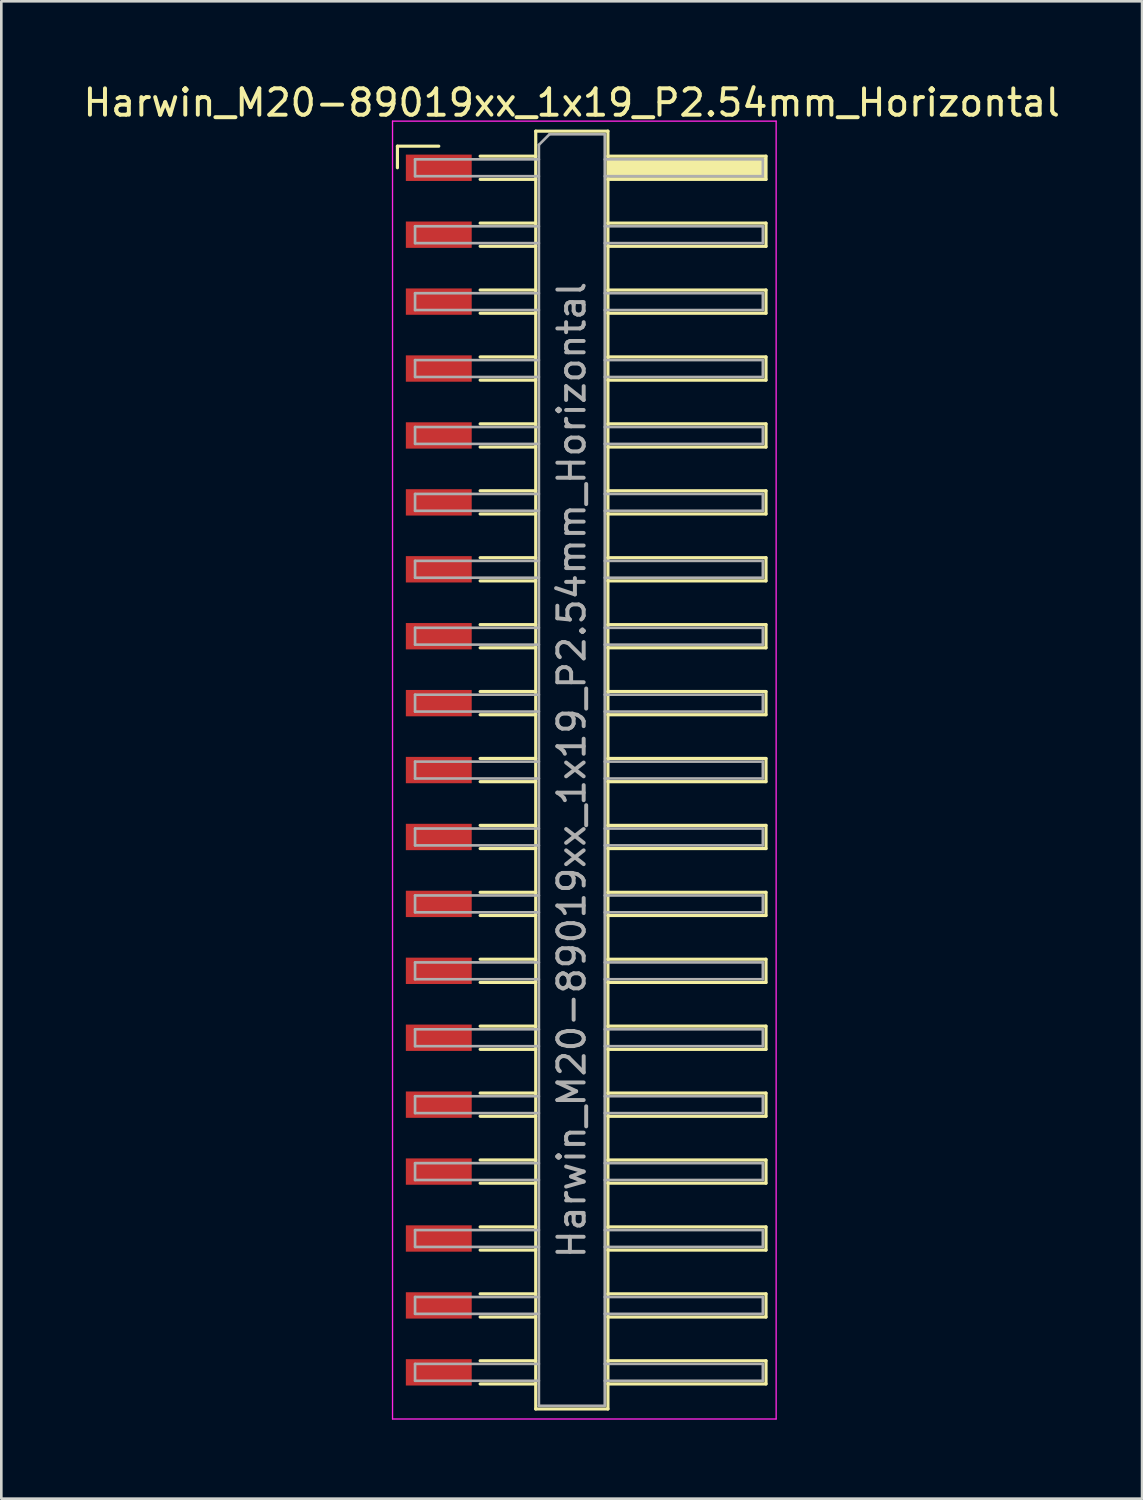
<source format=kicad_pcb>
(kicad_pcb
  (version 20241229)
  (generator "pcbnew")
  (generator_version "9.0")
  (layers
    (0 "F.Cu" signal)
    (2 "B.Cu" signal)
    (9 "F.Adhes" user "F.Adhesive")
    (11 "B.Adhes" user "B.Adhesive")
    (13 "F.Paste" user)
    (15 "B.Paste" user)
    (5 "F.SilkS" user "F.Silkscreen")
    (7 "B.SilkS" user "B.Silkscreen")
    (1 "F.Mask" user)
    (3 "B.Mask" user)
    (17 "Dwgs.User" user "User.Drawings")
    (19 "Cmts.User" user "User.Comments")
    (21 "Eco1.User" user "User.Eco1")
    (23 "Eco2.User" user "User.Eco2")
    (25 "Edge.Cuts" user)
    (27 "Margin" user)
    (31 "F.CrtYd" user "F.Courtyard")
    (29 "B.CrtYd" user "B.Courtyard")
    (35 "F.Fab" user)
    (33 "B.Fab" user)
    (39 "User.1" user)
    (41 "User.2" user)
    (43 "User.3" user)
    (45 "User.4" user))
  (footprint "Harwin_M20-89019xx_1x19_P2.54mm_Horizontal"
    (layer "F.Cu")
    (at 19.129 26.178)
    (property "Reference" "Harwin_M20-89019xx_1x19_P2.54mm_Horizontal" (at -0.48 -25.33 0) (layer "F.SilkS") (effects (font (size 1 1) (thickness 0.15))))
    (attr smd)
    (fp_line (start -7.095 -23.68) (end -5.525 -23.68) (stroke (width 0.12) (type solid)) (layer "F.SilkS"))
    (fp_line (start -7.095 -22.86) (end -7.095 -23.68) (stroke (width 0.12) (type solid)) (layer "F.SilkS"))
    (fp_line (start -3.955 -23.3) (end -1.845 -23.3) (stroke (width 0.12) (type solid)) (layer "F.SilkS"))
    (fp_line (start -3.955 -22.42) (end -1.845 -22.42) (stroke (width 0.12) (type solid)) (layer "F.SilkS"))
    (fp_line (start -3.955 -20.76) (end -1.845 -20.76) (stroke (width 0.12) (type solid)) (layer "F.SilkS"))
    (fp_line (start -3.955 -19.88) (end -1.845 -19.88) (stroke (width 0.12) (type solid)) (layer "F.SilkS"))
    (fp_line (start -3.955 -18.22) (end -1.845 -18.22) (stroke (width 0.12) (type solid)) (layer "F.SilkS"))
    (fp_line (start -3.955 -17.34) (end -1.845 -17.34) (stroke (width 0.12) (type solid)) (layer "F.SilkS"))
    (fp_line (start -3.955 -15.68) (end -1.845 -15.68) (stroke (width 0.12) (type solid)) (layer "F.SilkS"))
    (fp_line (start -3.955 -14.8) (end -1.845 -14.8) (stroke (width 0.12) (type solid)) (layer "F.SilkS"))
    (fp_line (start -3.955 -13.14) (end -1.845 -13.14) (stroke (width 0.12) (type solid)) (layer "F.SilkS"))
    (fp_line (start -3.955 -12.26) (end -1.845 -12.26) (stroke (width 0.12) (type solid)) (layer "F.SilkS"))
    (fp_line (start -3.955 -10.6) (end -1.845 -10.6) (stroke (width 0.12) (type solid)) (layer "F.SilkS"))
    (fp_line (start -3.955 -9.72) (end -1.845 -9.72) (stroke (width 0.12) (type solid)) (layer "F.SilkS"))
    (fp_line (start -3.955 -8.06) (end -1.845 -8.06) (stroke (width 0.12) (type solid)) (layer "F.SilkS"))
    (fp_line (start -3.955 -7.18) (end -1.845 -7.18) (stroke (width 0.12) (type solid)) (layer "F.SilkS"))
    (fp_line (start -3.955 -5.52) (end -1.845 -5.52) (stroke (width 0.12) (type solid)) (layer "F.SilkS"))
    (fp_line (start -3.955 -4.64) (end -1.845 -4.64) (stroke (width 0.12) (type solid)) (layer "F.SilkS"))
    (fp_line (start -3.955 -2.98) (end -1.845 -2.98) (stroke (width 0.12) (type solid)) (layer "F.SilkS"))
    (fp_line (start -3.955 -2.1) (end -1.845 -2.1) (stroke (width 0.12) (type solid)) (layer "F.SilkS"))
    (fp_line (start -3.955 -0.44) (end -1.845 -0.44) (stroke (width 0.12) (type solid)) (layer "F.SilkS"))
    (fp_line (start -3.955 0.44) (end -1.845 0.44) (stroke (width 0.12) (type solid)) (layer "F.SilkS"))
    (fp_line (start -3.955 2.1) (end -1.845 2.1) (stroke (width 0.12) (type solid)) (layer "F.SilkS"))
    (fp_line (start -3.955 2.98) (end -1.845 2.98) (stroke (width 0.12) (type solid)) (layer "F.SilkS"))
    (fp_line (start -3.955 4.64) (end -1.845 4.64) (stroke (width 0.12) (type solid)) (layer "F.SilkS"))
    (fp_line (start -3.955 5.52) (end -1.845 5.52) (stroke (width 0.12) (type solid)) (layer "F.SilkS"))
    (fp_line (start -3.955 7.18) (end -1.845 7.18) (stroke (width 0.12) (type solid)) (layer "F.SilkS"))
    (fp_line (start -3.955 8.06) (end -1.845 8.06) (stroke (width 0.12) (type solid)) (layer "F.SilkS"))
    (fp_line (start -3.955 9.72) (end -1.845 9.72) (stroke (width 0.12) (type solid)) (layer "F.SilkS"))
    (fp_line (start -3.955 10.6) (end -1.845 10.6) (stroke (width 0.12) (type solid)) (layer "F.SilkS"))
    (fp_line (start -3.955 12.26) (end -1.845 12.26) (stroke (width 0.12) (type solid)) (layer "F.SilkS"))
    (fp_line (start -3.955 13.14) (end -1.845 13.14) (stroke (width 0.12) (type solid)) (layer "F.SilkS"))
    (fp_line (start -3.955 14.8) (end -1.845 14.8) (stroke (width 0.12) (type solid)) (layer "F.SilkS"))
    (fp_line (start -3.955 15.68) (end -1.845 15.68) (stroke (width 0.12) (type solid)) (layer "F.SilkS"))
    (fp_line (start -3.955 17.34) (end -1.845 17.34) (stroke (width 0.12) (type solid)) (layer "F.SilkS"))
    (fp_line (start -3.955 18.22) (end -1.845 18.22) (stroke (width 0.12) (type solid)) (layer "F.SilkS"))
    (fp_line (start -3.955 19.88) (end -1.845 19.88) (stroke (width 0.12) (type solid)) (layer "F.SilkS"))
    (fp_line (start -3.955 20.76) (end -1.845 20.76) (stroke (width 0.12) (type solid)) (layer "F.SilkS"))
    (fp_line (start -3.955 22.42) (end -1.845 22.42) (stroke (width 0.12) (type solid)) (layer "F.SilkS"))
    (fp_line (start -3.955 23.3) (end -1.845 23.3) (stroke (width 0.12) (type solid)) (layer "F.SilkS"))
    (fp_line (start -1.845 -24.25) (end 0.895 -24.25) (stroke (width 0.12) (type solid)) (layer "F.SilkS"))
    (fp_line (start -1.845 24.25) (end -1.845 -24.25) (stroke (width 0.12) (type solid)) (layer "F.SilkS"))
    (fp_line (start 0.895 -24.25) (end 0.895 24.25) (stroke (width 0.12) (type solid)) (layer "F.SilkS"))
    (fp_line (start 0.895 -23.3) (end 6.895 -23.3) (stroke (width 0.12) (type solid)) (layer "F.SilkS"))
    (fp_line (start 0.895 -20.76) (end 6.895 -20.76) (stroke (width 0.12) (type solid)) (layer "F.SilkS"))
    (fp_line (start 0.895 -18.22) (end 6.895 -18.22) (stroke (width 0.12) (type solid)) (layer "F.SilkS"))
    (fp_line (start 0.895 -15.68) (end 6.895 -15.68) (stroke (width 0.12) (type solid)) (layer "F.SilkS"))
    (fp_line (start 0.895 -13.14) (end 6.895 -13.14) (stroke (width 0.12) (type solid)) (layer "F.SilkS"))
    (fp_line (start 0.895 -10.6) (end 6.895 -10.6) (stroke (width 0.12) (type solid)) (layer "F.SilkS"))
    (fp_line (start 0.895 -8.06) (end 6.895 -8.06) (stroke (width 0.12) (type solid)) (layer "F.SilkS"))
    (fp_line (start 0.895 -5.52) (end 6.895 -5.52) (stroke (width 0.12) (type solid)) (layer "F.SilkS"))
    (fp_line (start 0.895 -2.98) (end 6.895 -2.98) (stroke (width 0.12) (type solid)) (layer "F.SilkS"))
    (fp_line (start 0.895 -0.44) (end 6.895 -0.44) (stroke (width 0.12) (type solid)) (layer "F.SilkS"))
    (fp_line (start 0.895 2.1) (end 6.895 2.1) (stroke (width 0.12) (type solid)) (layer "F.SilkS"))
    (fp_line (start 0.895 4.64) (end 6.895 4.64) (stroke (width 0.12) (type solid)) (layer "F.SilkS"))
    (fp_line (start 0.895 7.18) (end 6.895 7.18) (stroke (width 0.12) (type solid)) (layer "F.SilkS"))
    (fp_line (start 0.895 9.72) (end 6.895 9.72) (stroke (width 0.12) (type solid)) (layer "F.SilkS"))
    (fp_line (start 0.895 12.26) (end 6.895 12.26) (stroke (width 0.12) (type solid)) (layer "F.SilkS"))
    (fp_line (start 0.895 14.8) (end 6.895 14.8) (stroke (width 0.12) (type solid)) (layer "F.SilkS"))
    (fp_line (start 0.895 17.34) (end 6.895 17.34) (stroke (width 0.12) (type solid)) (layer "F.SilkS"))
    (fp_line (start 0.895 19.88) (end 6.895 19.88) (stroke (width 0.12) (type solid)) (layer "F.SilkS"))
    (fp_line (start 0.895 22.42) (end 6.895 22.42) (stroke (width 0.12) (type solid)) (layer "F.SilkS"))
    (fp_line (start 0.895 24.25) (end -1.845 24.25) (stroke (width 0.12) (type solid)) (layer "F.SilkS"))
    (fp_line (start 6.895 -23.3) (end 6.895 -22.42) (stroke (width 0.12) (type solid)) (layer "F.SilkS"))
    (fp_line (start 6.895 -22.42) (end 0.895 -22.42) (stroke (width 0.12) (type solid)) (layer "F.SilkS"))
    (fp_line (start 6.895 -20.76) (end 6.895 -19.88) (stroke (width 0.12) (type solid)) (layer "F.SilkS"))
    (fp_line (start 6.895 -19.88) (end 0.895 -19.88) (stroke (width 0.12) (type solid)) (layer "F.SilkS"))
    (fp_line (start 6.895 -18.22) (end 6.895 -17.34) (stroke (width 0.12) (type solid)) (layer "F.SilkS"))
    (fp_line (start 6.895 -17.34) (end 0.895 -17.34) (stroke (width 0.12) (type solid)) (layer "F.SilkS"))
    (fp_line (start 6.895 -15.68) (end 6.895 -14.8) (stroke (width 0.12) (type solid)) (layer "F.SilkS"))
    (fp_line (start 6.895 -14.8) (end 0.895 -14.8) (stroke (width 0.12) (type solid)) (layer "F.SilkS"))
    (fp_line (start 6.895 -13.14) (end 6.895 -12.26) (stroke (width 0.12) (type solid)) (layer "F.SilkS"))
    (fp_line (start 6.895 -12.26) (end 0.895 -12.26) (stroke (width 0.12) (type solid)) (layer "F.SilkS"))
    (fp_line (start 6.895 -10.6) (end 6.895 -9.72) (stroke (width 0.12) (type solid)) (layer "F.SilkS"))
    (fp_line (start 6.895 -9.72) (end 0.895 -9.72) (stroke (width 0.12) (type solid)) (layer "F.SilkS"))
    (fp_line (start 6.895 -8.06) (end 6.895 -7.18) (stroke (width 0.12) (type solid)) (layer "F.SilkS"))
    (fp_line (start 6.895 -7.18) (end 0.895 -7.18) (stroke (width 0.12) (type solid)) (layer "F.SilkS"))
    (fp_line (start 6.895 -5.52) (end 6.895 -4.64) (stroke (width 0.12) (type solid)) (layer "F.SilkS"))
    (fp_line (start 6.895 -4.64) (end 0.895 -4.64) (stroke (width 0.12) (type solid)) (layer "F.SilkS"))
    (fp_line (start 6.895 -2.98) (end 6.895 -2.1) (stroke (width 0.12) (type solid)) (layer "F.SilkS"))
    (fp_line (start 6.895 -2.1) (end 0.895 -2.1) (stroke (width 0.12) (type solid)) (layer "F.SilkS"))
    (fp_line (start 6.895 -0.44) (end 6.895 0.44) (stroke (width 0.12) (type solid)) (layer "F.SilkS"))
    (fp_line (start 6.895 0.44) (end 0.895 0.44) (stroke (width 0.12) (type solid)) (layer "F.SilkS"))
    (fp_line (start 6.895 2.1) (end 6.895 2.98) (stroke (width 0.12) (type solid)) (layer "F.SilkS"))
    (fp_line (start 6.895 2.98) (end 0.895 2.98) (stroke (width 0.12) (type solid)) (layer "F.SilkS"))
    (fp_line (start 6.895 4.64) (end 6.895 5.52) (stroke (width 0.12) (type solid)) (layer "F.SilkS"))
    (fp_line (start 6.895 5.52) (end 0.895 5.52) (stroke (width 0.12) (type solid)) (layer "F.SilkS"))
    (fp_line (start 6.895 7.18) (end 6.895 8.06) (stroke (width 0.12) (type solid)) (layer "F.SilkS"))
    (fp_line (start 6.895 8.06) (end 0.895 8.06) (stroke (width 0.12) (type solid)) (layer "F.SilkS"))
    (fp_line (start 6.895 9.72) (end 6.895 10.6) (stroke (width 0.12) (type solid)) (layer "F.SilkS"))
    (fp_line (start 6.895 10.6) (end 0.895 10.6) (stroke (width 0.12) (type solid)) (layer "F.SilkS"))
    (fp_line (start 6.895 12.26) (end 6.895 13.14) (stroke (width 0.12) (type solid)) (layer "F.SilkS"))
    (fp_line (start 6.895 13.14) (end 0.895 13.14) (stroke (width 0.12) (type solid)) (layer "F.SilkS"))
    (fp_line (start 6.895 14.8) (end 6.895 15.68) (stroke (width 0.12) (type solid)) (layer "F.SilkS"))
    (fp_line (start 6.895 15.68) (end 0.895 15.68) (stroke (width 0.12) (type solid)) (layer "F.SilkS"))
    (fp_line (start 6.895 17.34) (end 6.895 18.22) (stroke (width 0.12) (type solid)) (layer "F.SilkS"))
    (fp_line (start 6.895 18.22) (end 0.895 18.22) (stroke (width 0.12) (type solid)) (layer "F.SilkS"))
    (fp_line (start 6.895 19.88) (end 6.895 20.76) (stroke (width 0.12) (type solid)) (layer "F.SilkS"))
    (fp_line (start 6.895 20.76) (end 0.895 20.76) (stroke (width 0.12) (type solid)) (layer "F.SilkS"))
    (fp_line (start 6.895 22.42) (end 6.895 23.3) (stroke (width 0.12) (type solid)) (layer "F.SilkS"))
    (fp_line (start 6.895 23.3) (end 0.895 23.3) (stroke (width 0.12) (type solid)) (layer "F.SilkS"))
    (fp_line (start -7.28 -24.63) (end 7.28 -24.63) (stroke (width 0.05) (type solid)) (layer "F.CrtYd"))
    (fp_line (start -7.28 24.63) (end -7.28 -24.63) (stroke (width 0.05) (type solid)) (layer "F.CrtYd"))
    (fp_line (start 7.28 -24.63) (end 7.28 24.63) (stroke (width 0.05) (type solid)) (layer "F.CrtYd"))
    (fp_line (start 7.28 24.63) (end -7.28 24.63) (stroke (width 0.05) (type solid)) (layer "F.CrtYd"))
    (fp_line (start -6.425 -23.18) (end -6.425 -22.54) (stroke (width 0.1) (type solid)) (layer "F.Fab"))
    (fp_line (start -6.425 -22.54) (end -1.725 -22.54) (stroke (width 0.1) (type solid)) (layer "F.Fab"))
    (fp_line (start -6.425 -20.64) (end -6.425 -20) (stroke (width 0.1) (type solid)) (layer "F.Fab"))
    (fp_line (start -6.425 -20) (end -1.725 -20) (stroke (width 0.1) (type solid)) (layer "F.Fab"))
    (fp_line (start -6.425 -18.1) (end -6.425 -17.46) (stroke (width 0.1) (type solid)) (layer "F.Fab"))
    (fp_line (start -6.425 -17.46) (end -1.725 -17.46) (stroke (width 0.1) (type solid)) (layer "F.Fab"))
    (fp_line (start -6.425 -15.56) (end -6.425 -14.92) (stroke (width 0.1) (type solid)) (layer "F.Fab"))
    (fp_line (start -6.425 -14.92) (end -1.725 -14.92) (stroke (width 0.1) (type solid)) (layer "F.Fab"))
    (fp_line (start -6.425 -13.02) (end -6.425 -12.38) (stroke (width 0.1) (type solid)) (layer "F.Fab"))
    (fp_line (start -6.425 -12.38) (end -1.725 -12.38) (stroke (width 0.1) (type solid)) (layer "F.Fab"))
    (fp_line (start -6.425 -10.48) (end -6.425 -9.84) (stroke (width 0.1) (type solid)) (layer "F.Fab"))
    (fp_line (start -6.425 -9.84) (end -1.725 -9.84) (stroke (width 0.1) (type solid)) (layer "F.Fab"))
    (fp_line (start -6.425 -7.94) (end -6.425 -7.3) (stroke (width 0.1) (type solid)) (layer "F.Fab"))
    (fp_line (start -6.425 -7.3) (end -1.725 -7.3) (stroke (width 0.1) (type solid)) (layer "F.Fab"))
    (fp_line (start -6.425 -5.4) (end -6.425 -4.76) (stroke (width 0.1) (type solid)) (layer "F.Fab"))
    (fp_line (start -6.425 -4.76) (end -1.725 -4.76) (stroke (width 0.1) (type solid)) (layer "F.Fab"))
    (fp_line (start -6.425 -2.86) (end -6.425 -2.22) (stroke (width 0.1) (type solid)) (layer "F.Fab"))
    (fp_line (start -6.425 -2.22) (end -1.725 -2.22) (stroke (width 0.1) (type solid)) (layer "F.Fab"))
    (fp_line (start -6.425 -0.32) (end -6.425 0.32) (stroke (width 0.1) (type solid)) (layer "F.Fab"))
    (fp_line (start -6.425 0.32) (end -1.725 0.32) (stroke (width 0.1) (type solid)) (layer "F.Fab"))
    (fp_line (start -6.425 2.22) (end -6.425 2.86) (stroke (width 0.1) (type solid)) (layer "F.Fab"))
    (fp_line (start -6.425 2.86) (end -1.725 2.86) (stroke (width 0.1) (type solid)) (layer "F.Fab"))
    (fp_line (start -6.425 4.76) (end -6.425 5.4) (stroke (width 0.1) (type solid)) (layer "F.Fab"))
    (fp_line (start -6.425 5.4) (end -1.725 5.4) (stroke (width 0.1) (type solid)) (layer "F.Fab"))
    (fp_line (start -6.425 7.3) (end -6.425 7.94) (stroke (width 0.1) (type solid)) (layer "F.Fab"))
    (fp_line (start -6.425 7.94) (end -1.725 7.94) (stroke (width 0.1) (type solid)) (layer "F.Fab"))
    (fp_line (start -6.425 9.84) (end -6.425 10.48) (stroke (width 0.1) (type solid)) (layer "F.Fab"))
    (fp_line (start -6.425 10.48) (end -1.725 10.48) (stroke (width 0.1) (type solid)) (layer "F.Fab"))
    (fp_line (start -6.425 12.38) (end -6.425 13.02) (stroke (width 0.1) (type solid)) (layer "F.Fab"))
    (fp_line (start -6.425 13.02) (end -1.725 13.02) (stroke (width 0.1) (type solid)) (layer "F.Fab"))
    (fp_line (start -6.425 14.92) (end -6.425 15.56) (stroke (width 0.1) (type solid)) (layer "F.Fab"))
    (fp_line (start -6.425 15.56) (end -1.725 15.56) (stroke (width 0.1) (type solid)) (layer "F.Fab"))
    (fp_line (start -6.425 17.46) (end -6.425 18.1) (stroke (width 0.1) (type solid)) (layer "F.Fab"))
    (fp_line (start -6.425 18.1) (end -1.725 18.1) (stroke (width 0.1) (type solid)) (layer "F.Fab"))
    (fp_line (start -6.425 20) (end -6.425 20.64) (stroke (width 0.1) (type solid)) (layer "F.Fab"))
    (fp_line (start -6.425 20.64) (end -1.725 20.64) (stroke (width 0.1) (type solid)) (layer "F.Fab"))
    (fp_line (start -6.425 22.54) (end -6.425 23.18) (stroke (width 0.1) (type solid)) (layer "F.Fab"))
    (fp_line (start -6.425 23.18) (end -1.725 23.18) (stroke (width 0.1) (type solid)) (layer "F.Fab"))
    (fp_line (start -1.725 -23.73) (end -1.325 -24.13) (stroke (width 0.1) (type solid)) (layer "F.Fab"))
    (fp_line (start -1.725 -23.18) (end -6.425 -23.18) (stroke (width 0.1) (type solid)) (layer "F.Fab"))
    (fp_line (start -1.725 -20.64) (end -6.425 -20.64) (stroke (width 0.1) (type solid)) (layer "F.Fab"))
    (fp_line (start -1.725 -18.1) (end -6.425 -18.1) (stroke (width 0.1) (type solid)) (layer "F.Fab"))
    (fp_line (start -1.725 -15.56) (end -6.425 -15.56) (stroke (width 0.1) (type solid)) (layer "F.Fab"))
    (fp_line (start -1.725 -13.02) (end -6.425 -13.02) (stroke (width 0.1) (type solid)) (layer "F.Fab"))
    (fp_line (start -1.725 -10.48) (end -6.425 -10.48) (stroke (width 0.1) (type solid)) (layer "F.Fab"))
    (fp_line (start -1.725 -7.94) (end -6.425 -7.94) (stroke (width 0.1) (type solid)) (layer "F.Fab"))
    (fp_line (start -1.725 -5.4) (end -6.425 -5.4) (stroke (width 0.1) (type solid)) (layer "F.Fab"))
    (fp_line (start -1.725 -2.86) (end -6.425 -2.86) (stroke (width 0.1) (type solid)) (layer "F.Fab"))
    (fp_line (start -1.725 -0.32) (end -6.425 -0.32) (stroke (width 0.1) (type solid)) (layer "F.Fab"))
    (fp_line (start -1.725 2.22) (end -6.425 2.22) (stroke (width 0.1) (type solid)) (layer "F.Fab"))
    (fp_line (start -1.725 4.76) (end -6.425 4.76) (stroke (width 0.1) (type solid)) (layer "F.Fab"))
    (fp_line (start -1.725 7.3) (end -6.425 7.3) (stroke (width 0.1) (type solid)) (layer "F.Fab"))
    (fp_line (start -1.725 9.84) (end -6.425 9.84) (stroke (width 0.1) (type solid)) (layer "F.Fab"))
    (fp_line (start -1.725 12.38) (end -6.425 12.38) (stroke (width 0.1) (type solid)) (layer "F.Fab"))
    (fp_line (start -1.725 14.92) (end -6.425 14.92) (stroke (width 0.1) (type solid)) (layer "F.Fab"))
    (fp_line (start -1.725 17.46) (end -6.425 17.46) (stroke (width 0.1) (type solid)) (layer "F.Fab"))
    (fp_line (start -1.725 20) (end -6.425 20) (stroke (width 0.1) (type solid)) (layer "F.Fab"))
    (fp_line (start -1.725 22.54) (end -6.425 22.54) (stroke (width 0.1) (type solid)) (layer "F.Fab"))
    (fp_line (start -1.725 24.13) (end -1.725 -23.73) (stroke (width 0.1) (type solid)) (layer "F.Fab"))
    (fp_line (start -1.325 -24.13) (end 0.775 -24.13) (stroke (width 0.1) (type solid)) (layer "F.Fab"))
    (fp_line (start 0.775 -24.13) (end 0.775 24.13) (stroke (width 0.1) (type solid)) (layer "F.Fab"))
    (fp_line (start 0.775 -23.18) (end 6.775 -23.18) (stroke (width 0.1) (type solid)) (layer "F.Fab"))
    (fp_line (start 0.775 -20.64) (end 6.775 -20.64) (stroke (width 0.1) (type solid)) (layer "F.Fab"))
    (fp_line (start 0.775 -18.1) (end 6.775 -18.1) (stroke (width 0.1) (type solid)) (layer "F.Fab"))
    (fp_line (start 0.775 -15.56) (end 6.775 -15.56) (stroke (width 0.1) (type solid)) (layer "F.Fab"))
    (fp_line (start 0.775 -13.02) (end 6.775 -13.02) (stroke (width 0.1) (type solid)) (layer "F.Fab"))
    (fp_line (start 0.775 -10.48) (end 6.775 -10.48) (stroke (width 0.1) (type solid)) (layer "F.Fab"))
    (fp_line (start 0.775 -7.94) (end 6.775 -7.94) (stroke (width 0.1) (type solid)) (layer "F.Fab"))
    (fp_line (start 0.775 -5.4) (end 6.775 -5.4) (stroke (width 0.1) (type solid)) (layer "F.Fab"))
    (fp_line (start 0.775 -2.86) (end 6.775 -2.86) (stroke (width 0.1) (type solid)) (layer "F.Fab"))
    (fp_line (start 0.775 -0.32) (end 6.775 -0.32) (stroke (width 0.1) (type solid)) (layer "F.Fab"))
    (fp_line (start 0.775 2.22) (end 6.775 2.22) (stroke (width 0.1) (type solid)) (layer "F.Fab"))
    (fp_line (start 0.775 4.76) (end 6.775 4.76) (stroke (width 0.1) (type solid)) (layer "F.Fab"))
    (fp_line (start 0.775 7.3) (end 6.775 7.3) (stroke (width 0.1) (type solid)) (layer "F.Fab"))
    (fp_line (start 0.775 9.84) (end 6.775 9.84) (stroke (width 0.1) (type solid)) (layer "F.Fab"))
    (fp_line (start 0.775 12.38) (end 6.775 12.38) (stroke (width 0.1) (type solid)) (layer "F.Fab"))
    (fp_line (start 0.775 14.92) (end 6.775 14.92) (stroke (width 0.1) (type solid)) (layer "F.Fab"))
    (fp_line (start 0.775 17.46) (end 6.775 17.46) (stroke (width 0.1) (type solid)) (layer "F.Fab"))
    (fp_line (start 0.775 20) (end 6.775 20) (stroke (width 0.1) (type solid)) (layer "F.Fab"))
    (fp_line (start 0.775 22.54) (end 6.775 22.54) (stroke (width 0.1) (type solid)) (layer "F.Fab"))
    (fp_line (start 0.775 24.13) (end -1.725 24.13) (stroke (width 0.1) (type solid)) (layer "F.Fab"))
    (fp_line (start 6.775 -23.18) (end 6.775 -22.54) (stroke (width 0.1) (type solid)) (layer "F.Fab"))
    (fp_line (start 6.775 -22.54) (end 0.775 -22.54) (stroke (width 0.1) (type solid)) (layer "F.Fab"))
    (fp_line (start 6.775 -20.64) (end 6.775 -20) (stroke (width 0.1) (type solid)) (layer "F.Fab"))
    (fp_line (start 6.775 -20) (end 0.775 -20) (stroke (width 0.1) (type solid)) (layer "F.Fab"))
    (fp_line (start 6.775 -18.1) (end 6.775 -17.46) (stroke (width 0.1) (type solid)) (layer "F.Fab"))
    (fp_line (start 6.775 -17.46) (end 0.775 -17.46) (stroke (width 0.1) (type solid)) (layer "F.Fab"))
    (fp_line (start 6.775 -15.56) (end 6.775 -14.92) (stroke (width 0.1) (type solid)) (layer "F.Fab"))
    (fp_line (start 6.775 -14.92) (end 0.775 -14.92) (stroke (width 0.1) (type solid)) (layer "F.Fab"))
    (fp_line (start 6.775 -13.02) (end 6.775 -12.38) (stroke (width 0.1) (type solid)) (layer "F.Fab"))
    (fp_line (start 6.775 -12.38) (end 0.775 -12.38) (stroke (width 0.1) (type solid)) (layer "F.Fab"))
    (fp_line (start 6.775 -10.48) (end 6.775 -9.84) (stroke (width 0.1) (type solid)) (layer "F.Fab"))
    (fp_line (start 6.775 -9.84) (end 0.775 -9.84) (stroke (width 0.1) (type solid)) (layer "F.Fab"))
    (fp_line (start 6.775 -7.94) (end 6.775 -7.3) (stroke (width 0.1) (type solid)) (layer "F.Fab"))
    (fp_line (start 6.775 -7.3) (end 0.775 -7.3) (stroke (width 0.1) (type solid)) (layer "F.Fab"))
    (fp_line (start 6.775 -5.4) (end 6.775 -4.76) (stroke (width 0.1) (type solid)) (layer "F.Fab"))
    (fp_line (start 6.775 -4.76) (end 0.775 -4.76) (stroke (width 0.1) (type solid)) (layer "F.Fab"))
    (fp_line (start 6.775 -2.86) (end 6.775 -2.22) (stroke (width 0.1) (type solid)) (layer "F.Fab"))
    (fp_line (start 6.775 -2.22) (end 0.775 -2.22) (stroke (width 0.1) (type solid)) (layer "F.Fab"))
    (fp_line (start 6.775 -0.32) (end 6.775 0.32) (stroke (width 0.1) (type solid)) (layer "F.Fab"))
    (fp_line (start 6.775 0.32) (end 0.775 0.32) (stroke (width 0.1) (type solid)) (layer "F.Fab"))
    (fp_line (start 6.775 2.22) (end 6.775 2.86) (stroke (width 0.1) (type solid)) (layer "F.Fab"))
    (fp_line (start 6.775 2.86) (end 0.775 2.86) (stroke (width 0.1) (type solid)) (layer "F.Fab"))
    (fp_line (start 6.775 4.76) (end 6.775 5.4) (stroke (width 0.1) (type solid)) (layer "F.Fab"))
    (fp_line (start 6.775 5.4) (end 0.775 5.4) (stroke (width 0.1) (type solid)) (layer "F.Fab"))
    (fp_line (start 6.775 7.3) (end 6.775 7.94) (stroke (width 0.1) (type solid)) (layer "F.Fab"))
    (fp_line (start 6.775 7.94) (end 0.775 7.94) (stroke (width 0.1) (type solid)) (layer "F.Fab"))
    (fp_line (start 6.775 9.84) (end 6.775 10.48) (stroke (width 0.1) (type solid)) (layer "F.Fab"))
    (fp_line (start 6.775 10.48) (end 0.775 10.48) (stroke (width 0.1) (type solid)) (layer "F.Fab"))
    (fp_line (start 6.775 12.38) (end 6.775 13.02) (stroke (width 0.1) (type solid)) (layer "F.Fab"))
    (fp_line (start 6.775 13.02) (end 0.775 13.02) (stroke (width 0.1) (type solid)) (layer "F.Fab"))
    (fp_line (start 6.775 14.92) (end 6.775 15.56) (stroke (width 0.1) (type solid)) (layer "F.Fab"))
    (fp_line (start 6.775 15.56) (end 0.775 15.56) (stroke (width 0.1) (type solid)) (layer "F.Fab"))
    (fp_line (start 6.775 17.46) (end 6.775 18.1) (stroke (width 0.1) (type solid)) (layer "F.Fab"))
    (fp_line (start 6.775 18.1) (end 0.775 18.1) (stroke (width 0.1) (type solid)) (layer "F.Fab"))
    (fp_line (start 6.775 20) (end 6.775 20.64) (stroke (width 0.1) (type solid)) (layer "F.Fab"))
    (fp_line (start 6.775 20.64) (end 0.775 20.64) (stroke (width 0.1) (type solid)) (layer "F.Fab"))
    (fp_line (start 6.775 22.54) (end 6.775 23.18) (stroke (width 0.1) (type solid)) (layer "F.Fab"))
    (fp_line (start 6.775 23.18) (end 0.775 23.18) (stroke (width 0.1) (type solid)) (layer "F.Fab"))
    (fp_text user "${REFERENCE}" (at -0.48 0 90) (layer "F.Fab") (effects (font (size 1 1) (thickness 0.15))))
    (pad "" smd rect (at 3.895 -22.86) (size 6 0.76) (layers "F.SilkS"))
    (pad "1" smd rect (at -5.525 -22.86) (size 2.5 1) (layers "F.Cu" "F.Mask" "F.Paste"))
    (pad "2" smd rect (at -5.525 -20.32) (size 2.5 1) (layers "F.Cu" "F.Mask" "F.Paste"))
    (pad "3" smd rect (at -5.525 -17.78) (size 2.5 1) (layers "F.Cu" "F.Mask" "F.Paste"))
    (pad "4" smd rect (at -5.525 -15.24) (size 2.5 1) (layers "F.Cu" "F.Mask" "F.Paste"))
    (pad "5" smd rect (at -5.525 -12.7) (size 2.5 1) (layers "F.Cu" "F.Mask" "F.Paste"))
    (pad "6" smd rect (at -5.525 -10.16) (size 2.5 1) (layers "F.Cu" "F.Mask" "F.Paste"))
    (pad "7" smd rect (at -5.525 -7.62) (size 2.5 1) (layers "F.Cu" "F.Mask" "F.Paste"))
    (pad "8" smd rect (at -5.525 -5.08) (size 2.5 1) (layers "F.Cu" "F.Mask" "F.Paste"))
    (pad "9" smd rect (at -5.525 -2.54) (size 2.5 1) (layers "F.Cu" "F.Mask" "F.Paste"))
    (pad "10" smd rect (at -5.525 0) (size 2.5 1) (layers "F.Cu" "F.Mask" "F.Paste"))
    (pad "11" smd rect (at -5.525 2.54) (size 2.5 1) (layers "F.Cu" "F.Mask" "F.Paste"))
    (pad "12" smd rect (at -5.525 5.08) (size 2.5 1) (layers "F.Cu" "F.Mask" "F.Paste"))
    (pad "13" smd rect (at -5.525 7.62) (size 2.5 1) (layers "F.Cu" "F.Mask" "F.Paste"))
    (pad "14" smd rect (at -5.525 10.16) (size 2.5 1) (layers "F.Cu" "F.Mask" "F.Paste"))
    (pad "15" smd rect (at -5.525 12.7) (size 2.5 1) (layers "F.Cu" "F.Mask" "F.Paste"))
    (pad "16" smd rect (at -5.525 15.24) (size 2.5 1) (layers "F.Cu" "F.Mask" "F.Paste"))
    (pad "17" smd rect (at -5.525 17.78) (size 2.5 1) (layers "F.Cu" "F.Mask" "F.Paste"))
    (pad "18" smd rect (at -5.525 20.32) (size 2.5 1) (layers "F.Cu" "F.Mask" "F.Paste"))
    (pad "19" smd rect (at -5.525 22.86) (size 2.5 1) (layers "F.Cu" "F.Mask" "F.Paste")))
  (gr_rect
    (start -3 -3)
    (end 40.298 53.833)
    (stroke (width 0.1) (type default))
    (fill no)
    (layer "Edge.Cuts")))
</source>
